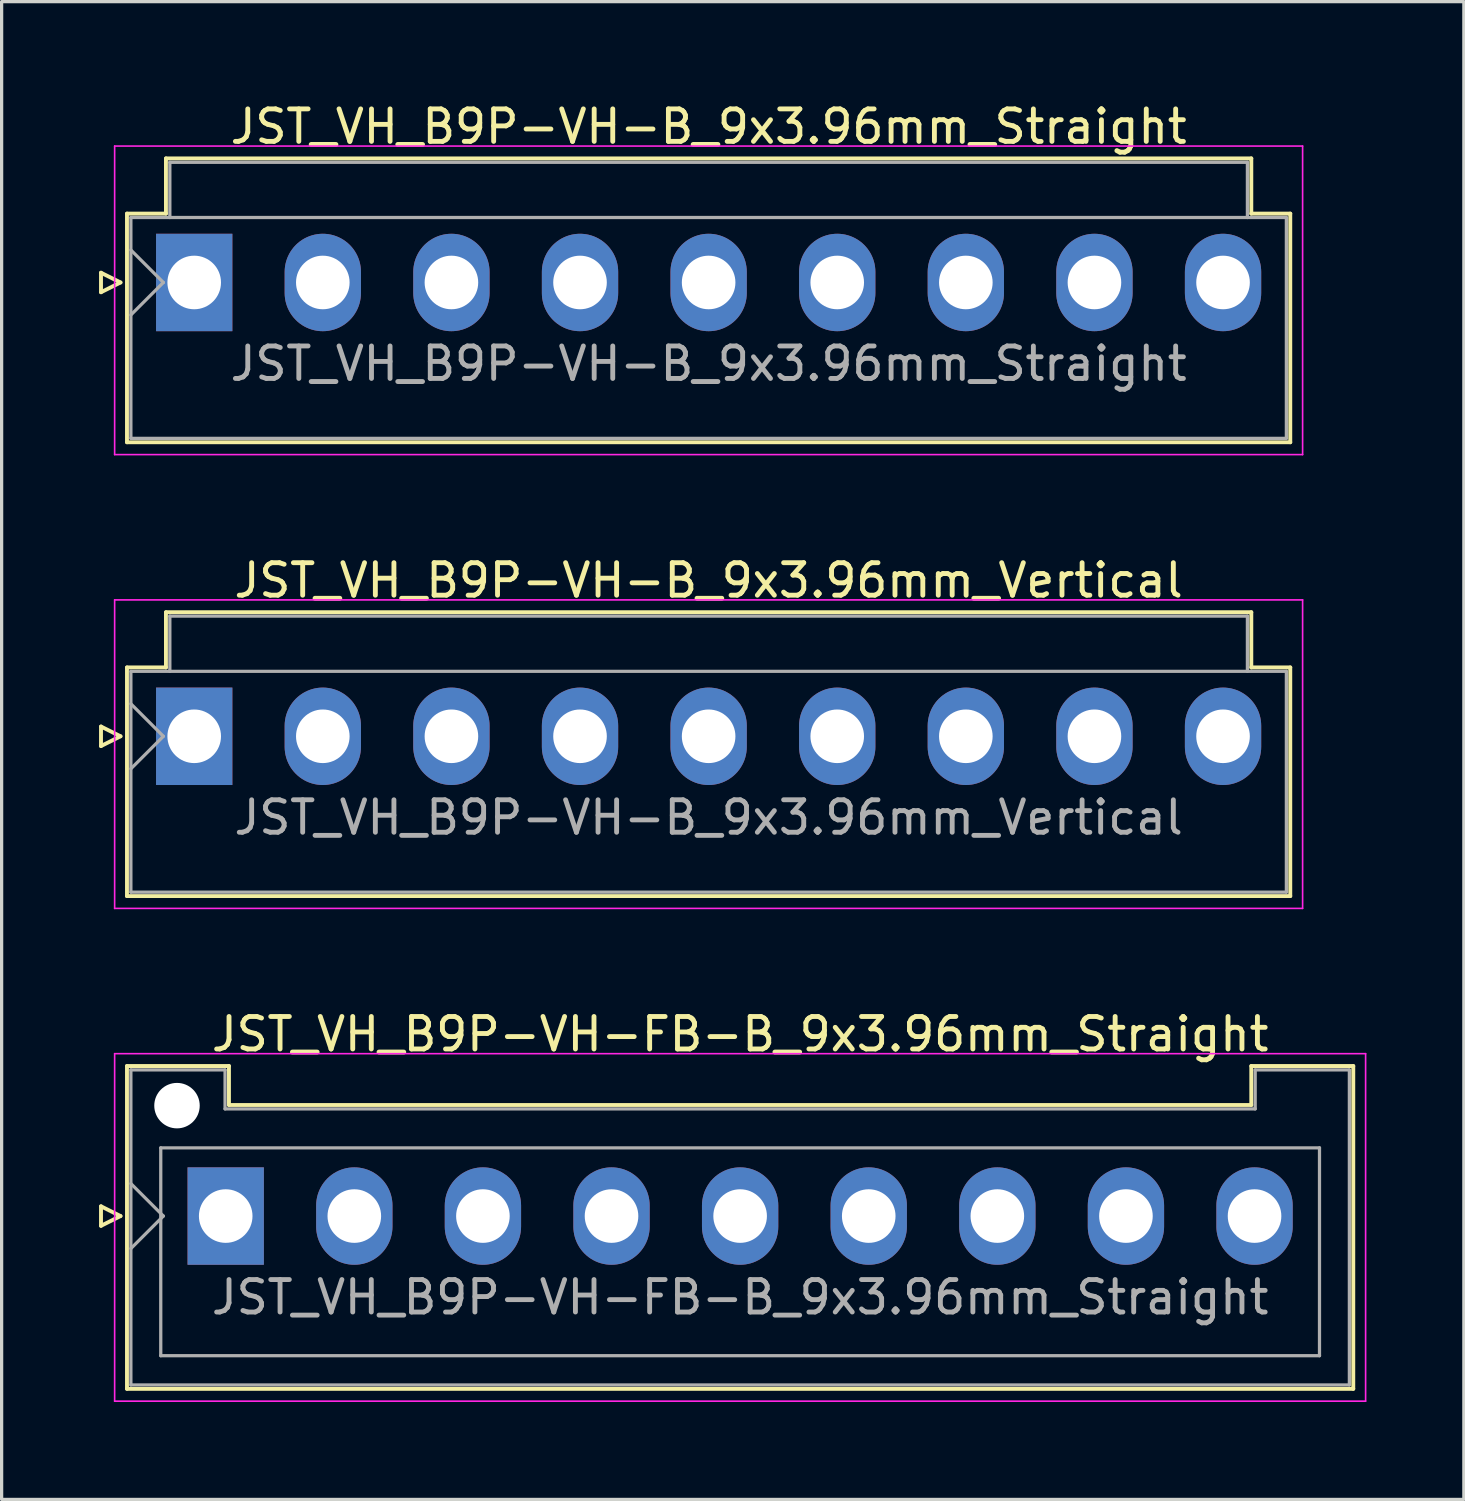
<source format=kicad_pcb>
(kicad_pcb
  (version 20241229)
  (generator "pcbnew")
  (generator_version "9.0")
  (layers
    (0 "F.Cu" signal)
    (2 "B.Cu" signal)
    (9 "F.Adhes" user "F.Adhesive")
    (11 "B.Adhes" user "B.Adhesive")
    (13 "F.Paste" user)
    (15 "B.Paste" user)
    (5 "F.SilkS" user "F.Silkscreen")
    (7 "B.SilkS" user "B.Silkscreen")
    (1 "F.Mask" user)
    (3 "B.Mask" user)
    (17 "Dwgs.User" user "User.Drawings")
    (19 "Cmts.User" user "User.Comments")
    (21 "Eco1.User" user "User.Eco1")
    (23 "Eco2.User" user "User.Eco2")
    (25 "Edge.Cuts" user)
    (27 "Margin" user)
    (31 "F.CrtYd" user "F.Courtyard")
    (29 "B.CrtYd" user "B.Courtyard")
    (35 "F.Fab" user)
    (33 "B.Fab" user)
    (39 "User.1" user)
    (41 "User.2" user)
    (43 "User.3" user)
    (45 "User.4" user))
  (footprint "JST_VH_B9P-VH-B_9x3.96mm_Vertical"
    (layer "F.Cu")
    (at 2.93 19.622)
    (property "Reference" "JST_VH_B9P-VH-B_9x3.96mm_Vertical" (at 15.84 -4.8 0) (layer "F.SilkS") (effects (font (size 1 1) (thickness 0.15))))
    (attr through_hole)
    (fp_line (start -2.87 -0.3) (end -2.27 0) (stroke (width 0.12) (type solid)) (layer "F.SilkS"))
    (fp_line (start -2.87 0.3) (end -2.87 -0.3) (stroke (width 0.12) (type solid)) (layer "F.SilkS"))
    (fp_line (start -2.27 0) (end -2.87 0.3) (stroke (width 0.12) (type solid)) (layer "F.SilkS"))
    (fp_line (start -2.07 -2.12) (end -0.87 -2.12) (stroke (width 0.12) (type solid)) (layer "F.SilkS"))
    (fp_line (start -2.07 4.92) (end -2.07 -2.12) (stroke (width 0.12) (type solid)) (layer "F.SilkS"))
    (fp_line (start -0.87 -3.82) (end 32.55 -3.82) (stroke (width 0.12) (type solid)) (layer "F.SilkS"))
    (fp_line (start -0.87 -2.12) (end -0.87 -3.82) (stroke (width 0.12) (type solid)) (layer "F.SilkS"))
    (fp_line (start 32.55 -3.82) (end 32.55 -2.12) (stroke (width 0.12) (type solid)) (layer "F.SilkS"))
    (fp_line (start 32.55 -2.12) (end 33.75 -2.12) (stroke (width 0.12) (type solid)) (layer "F.SilkS"))
    (fp_line (start 33.75 -2.12) (end 33.75 4.92) (stroke (width 0.12) (type solid)) (layer "F.SilkS"))
    (fp_line (start 33.75 4.92) (end -2.07 4.92) (stroke (width 0.12) (type solid)) (layer "F.SilkS"))
    (fp_line (start -2.45 -4.2) (end -2.45 5.3) (stroke (width 0.05) (type solid)) (layer "F.CrtYd"))
    (fp_line (start -2.45 5.3) (end 34.13 5.3) (stroke (width 0.05) (type solid)) (layer "F.CrtYd"))
    (fp_line (start 34.13 -4.2) (end -2.45 -4.2) (stroke (width 0.05) (type solid)) (layer "F.CrtYd"))
    (fp_line (start 34.13 5.3) (end 34.13 -4.2) (stroke (width 0.05) (type solid)) (layer "F.CrtYd"))
    (fp_line (start -1.95 -2) (end -1.95 4.8) (stroke (width 0.1) (type solid)) (layer "F.Fab"))
    (fp_line (start -1.95 -1) (end -0.95 0) (stroke (width 0.1) (type solid)) (layer "F.Fab"))
    (fp_line (start -1.95 1) (end -0.95 0) (stroke (width 0.1) (type solid)) (layer "F.Fab"))
    (fp_line (start -1.95 4.8) (end 33.63 4.8) (stroke (width 0.1) (type solid)) (layer "F.Fab"))
    (fp_line (start -0.75 -3.7) (end 32.43 -3.7) (stroke (width 0.1) (type solid)) (layer "F.Fab"))
    (fp_line (start -0.75 -2) (end -0.75 -3.7) (stroke (width 0.1) (type solid)) (layer "F.Fab"))
    (fp_line (start 32.43 -3.7) (end 32.43 -2) (stroke (width 0.1) (type solid)) (layer "F.Fab"))
    (fp_line (start 33.63 -2) (end -1.95 -2) (stroke (width 0.1) (type solid)) (layer "F.Fab"))
    (fp_line (start 33.63 4.8) (end 33.63 -2) (stroke (width 0.1) (type solid)) (layer "F.Fab"))
    (fp_text user "${REFERENCE}" (at 15.84 2.5 0) (layer "F.Fab") (effects (font (size 1 1) (thickness 0.15))))
    (pad "1" thru_hole rect (at 0 0) (size 2.35 3) (drill 1.65) (layers "*.Cu" "*.Mask"))
    (pad "2" thru_hole oval (at 3.96 0) (size 2.35 3) (drill 1.65) (layers "*.Cu" "*.Mask"))
    (pad "3" thru_hole oval (at 7.92 0) (size 2.35 3) (drill 1.65) (layers "*.Cu" "*.Mask"))
    (pad "4" thru_hole oval (at 11.88 0) (size 2.35 3) (drill 1.65) (layers "*.Cu" "*.Mask"))
    (pad "5" thru_hole oval (at 15.84 0) (size 2.35 3) (drill 1.65) (layers "*.Cu" "*.Mask"))
    (pad "6" thru_hole oval (at 19.8 0) (size 2.35 3) (drill 1.65) (layers "*.Cu" "*.Mask"))
    (pad "7" thru_hole oval (at 23.76 0) (size 2.35 3) (drill 1.65) (layers "*.Cu" "*.Mask"))
    (pad "8" thru_hole oval (at 27.72 0) (size 2.35 3) (drill 1.65) (layers "*.Cu" "*.Mask"))
    (pad "9" thru_hole oval (at 31.68 0) (size 2.35 3) (drill 1.65) (layers "*.Cu" "*.Mask")))
  (footprint "JST_VH_B9P-VH-FB-B_9x3.96mm_Straight"
    (layer "F.Cu")
    (at 3.9 34.395)
    (property "Reference" "JST_VH_B9P-VH-FB-B_9x3.96mm_Straight" (at 15.84 -5.6 0) (layer "F.SilkS") (effects (font (size 1 1) (thickness 0.15))))
    (attr through_hole)
    (fp_line (start -3.84 -0.3) (end -3.24 0) (stroke (width 0.12) (type solid)) (layer "F.SilkS"))
    (fp_line (start -3.84 0.3) (end -3.84 -0.3) (stroke (width 0.12) (type solid)) (layer "F.SilkS"))
    (fp_line (start -3.24 0) (end -3.84 0.3) (stroke (width 0.12) (type solid)) (layer "F.SilkS"))
    (fp_line (start -3.04 -4.62) (end 0.1 -4.62) (stroke (width 0.12) (type solid)) (layer "F.SilkS"))
    (fp_line (start -3.04 5.32) (end -3.04 -4.62) (stroke (width 0.12) (type solid)) (layer "F.SilkS"))
    (fp_line (start 0.1 -4.62) (end 0.1 -3.42) (stroke (width 0.12) (type solid)) (layer "F.SilkS"))
    (fp_line (start 0.1 -3.42) (end 31.58 -3.42) (stroke (width 0.12) (type solid)) (layer "F.SilkS"))
    (fp_line (start 31.58 -4.62) (end 34.72 -4.62) (stroke (width 0.12) (type solid)) (layer "F.SilkS"))
    (fp_line (start 31.58 -3.42) (end 31.58 -4.62) (stroke (width 0.12) (type solid)) (layer "F.SilkS"))
    (fp_line (start 34.72 -4.62) (end 34.72 5.32) (stroke (width 0.12) (type solid)) (layer "F.SilkS"))
    (fp_line (start 34.72 5.32) (end -3.04 5.32) (stroke (width 0.12) (type solid)) (layer "F.SilkS"))
    (fp_line (start -3.42 -5) (end -3.42 5.7) (stroke (width 0.05) (type solid)) (layer "F.CrtYd"))
    (fp_line (start -3.42 5.7) (end 35.1 5.7) (stroke (width 0.05) (type solid)) (layer "F.CrtYd"))
    (fp_line (start 35.1 -5) (end -3.42 -5) (stroke (width 0.05) (type solid)) (layer "F.CrtYd"))
    (fp_line (start 35.1 5.7) (end 35.1 -5) (stroke (width 0.05) (type solid)) (layer "F.CrtYd"))
    (fp_line (start -2.92 -4.5) (end -0.02 -4.5) (stroke (width 0.1) (type solid)) (layer "F.Fab"))
    (fp_line (start -2.92 -1) (end -1.92 0) (stroke (width 0.1) (type solid)) (layer "F.Fab"))
    (fp_line (start -2.92 1) (end -1.92 0) (stroke (width 0.1) (type solid)) (layer "F.Fab"))
    (fp_line (start -2.92 5.2) (end -2.92 -4.5) (stroke (width 0.1) (type solid)) (layer "F.Fab"))
    (fp_line (start -2 -2.1) (end 33.68 -2.1) (stroke (width 0.1) (type solid)) (layer "F.Fab"))
    (fp_line (start -2 4.3) (end -2 -2.1) (stroke (width 0.1) (type solid)) (layer "F.Fab"))
    (fp_line (start -0.02 -4.5) (end -0.02 -3.3) (stroke (width 0.1) (type solid)) (layer "F.Fab"))
    (fp_line (start -0.02 -3.3) (end 31.7 -3.3) (stroke (width 0.1) (type solid)) (layer "F.Fab"))
    (fp_line (start 31.7 -4.5) (end 34.6 -4.5) (stroke (width 0.1) (type solid)) (layer "F.Fab"))
    (fp_line (start 31.7 -3.3) (end 31.7 -4.5) (stroke (width 0.1) (type solid)) (layer "F.Fab"))
    (fp_line (start 33.68 -2.1) (end 33.68 4.3) (stroke (width 0.1) (type solid)) (layer "F.Fab"))
    (fp_line (start 33.68 4.3) (end -2 4.3) (stroke (width 0.1) (type solid)) (layer "F.Fab"))
    (fp_line (start 34.6 -4.5) (end 34.6 5.2) (stroke (width 0.1) (type solid)) (layer "F.Fab"))
    (fp_line (start 34.6 5.2) (end -2.92 5.2) (stroke (width 0.1) (type solid)) (layer "F.Fab"))
    (fp_text user "${REFERENCE}" (at 15.84 2.5 0) (layer "F.Fab") (effects (font (size 1 1) (thickness 0.15))))
    (pad "" np_thru_hole circle (at -1.5 -3.4) (size 1.4 1.4) (drill 1.4) (layers "*.Cu" "*.Mask"))
    (pad "1" thru_hole rect (at 0 0) (size 2.35 3) (drill 1.65) (layers "*.Cu" "*.Mask"))
    (pad "2" thru_hole oval (at 3.96 0) (size 2.35 3) (drill 1.65) (layers "*.Cu" "*.Mask"))
    (pad "3" thru_hole oval (at 7.92 0) (size 2.35 3) (drill 1.65) (layers "*.Cu" "*.Mask"))
    (pad "4" thru_hole oval (at 11.88 0) (size 2.35 3) (drill 1.65) (layers "*.Cu" "*.Mask"))
    (pad "5" thru_hole oval (at 15.84 0) (size 2.35 3) (drill 1.65) (layers "*.Cu" "*.Mask"))
    (pad "6" thru_hole oval (at 19.8 0) (size 2.35 3) (drill 1.65) (layers "*.Cu" "*.Mask"))
    (pad "7" thru_hole oval (at 23.76 0) (size 2.35 3) (drill 1.65) (layers "*.Cu" "*.Mask"))
    (pad "8" thru_hole oval (at 27.72 0) (size 2.35 3) (drill 1.65) (layers "*.Cu" "*.Mask"))
    (pad "9" thru_hole oval (at 31.68 0) (size 2.35 3) (drill 1.65) (layers "*.Cu" "*.Mask")))
  (footprint "JST_VH_B9P-VH-B_9x3.96mm_Straight"
    (layer "F.Cu")
    (at 2.93 5.648)
    (property "Reference" "JST_VH_B9P-VH-B_9x3.96mm_Straight" (at 15.84 -4.8 0) (layer "F.SilkS") (effects (font (size 1 1) (thickness 0.15))))
    (attr through_hole)
    (fp_line (start -2.87 -0.3) (end -2.27 0) (stroke (width 0.12) (type solid)) (layer "F.SilkS"))
    (fp_line (start -2.87 0.3) (end -2.87 -0.3) (stroke (width 0.12) (type solid)) (layer "F.SilkS"))
    (fp_line (start -2.27 0) (end -2.87 0.3) (stroke (width 0.12) (type solid)) (layer "F.SilkS"))
    (fp_line (start -2.07 -2.12) (end -0.87 -2.12) (stroke (width 0.12) (type solid)) (layer "F.SilkS"))
    (fp_line (start -2.07 4.92) (end -2.07 -2.12) (stroke (width 0.12) (type solid)) (layer "F.SilkS"))
    (fp_line (start -0.87 -3.82) (end 32.55 -3.82) (stroke (width 0.12) (type solid)) (layer "F.SilkS"))
    (fp_line (start -0.87 -2.12) (end -0.87 -3.82) (stroke (width 0.12) (type solid)) (layer "F.SilkS"))
    (fp_line (start 32.55 -3.82) (end 32.55 -2.12) (stroke (width 0.12) (type solid)) (layer "F.SilkS"))
    (fp_line (start 32.55 -2.12) (end 33.75 -2.12) (stroke (width 0.12) (type solid)) (layer "F.SilkS"))
    (fp_line (start 33.75 -2.12) (end 33.75 4.92) (stroke (width 0.12) (type solid)) (layer "F.SilkS"))
    (fp_line (start 33.75 4.92) (end -2.07 4.92) (stroke (width 0.12) (type solid)) (layer "F.SilkS"))
    (fp_line (start -2.45 -4.2) (end -2.45 5.3) (stroke (width 0.05) (type solid)) (layer "F.CrtYd"))
    (fp_line (start -2.45 5.3) (end 34.13 5.3) (stroke (width 0.05) (type solid)) (layer "F.CrtYd"))
    (fp_line (start 34.13 -4.2) (end -2.45 -4.2) (stroke (width 0.05) (type solid)) (layer "F.CrtYd"))
    (fp_line (start 34.13 5.3) (end 34.13 -4.2) (stroke (width 0.05) (type solid)) (layer "F.CrtYd"))
    (fp_line (start -1.95 -2) (end -1.95 4.8) (stroke (width 0.1) (type solid)) (layer "F.Fab"))
    (fp_line (start -1.95 -1) (end -0.95 0) (stroke (width 0.1) (type solid)) (layer "F.Fab"))
    (fp_line (start -1.95 1) (end -0.95 0) (stroke (width 0.1) (type solid)) (layer "F.Fab"))
    (fp_line (start -1.95 4.8) (end 33.63 4.8) (stroke (width 0.1) (type solid)) (layer "F.Fab"))
    (fp_line (start -0.75 -3.7) (end 32.43 -3.7) (stroke (width 0.1) (type solid)) (layer "F.Fab"))
    (fp_line (start -0.75 -2) (end -0.75 -3.7) (stroke (width 0.1) (type solid)) (layer "F.Fab"))
    (fp_line (start 32.43 -3.7) (end 32.43 -2) (stroke (width 0.1) (type solid)) (layer "F.Fab"))
    (fp_line (start 33.63 -2) (end -1.95 -2) (stroke (width 0.1) (type solid)) (layer "F.Fab"))
    (fp_line (start 33.63 4.8) (end 33.63 -2) (stroke (width 0.1) (type solid)) (layer "F.Fab"))
    (fp_text user "${REFERENCE}" (at 15.84 2.5 0) (layer "F.Fab") (effects (font (size 1 1) (thickness 0.15))))
    (pad "1" thru_hole rect (at 0 0) (size 2.35 3) (drill 1.65) (layers "*.Cu" "*.Mask"))
    (pad "2" thru_hole oval (at 3.96 0) (size 2.35 3) (drill 1.65) (layers "*.Cu" "*.Mask"))
    (pad "3" thru_hole oval (at 7.92 0) (size 2.35 3) (drill 1.65) (layers "*.Cu" "*.Mask"))
    (pad "4" thru_hole oval (at 11.88 0) (size 2.35 3) (drill 1.65) (layers "*.Cu" "*.Mask"))
    (pad "5" thru_hole oval (at 15.84 0) (size 2.35 3) (drill 1.65) (layers "*.Cu" "*.Mask"))
    (pad "6" thru_hole oval (at 19.8 0) (size 2.35 3) (drill 1.65) (layers "*.Cu" "*.Mask"))
    (pad "7" thru_hole oval (at 23.76 0) (size 2.35 3) (drill 1.65) (layers "*.Cu" "*.Mask"))
    (pad "8" thru_hole oval (at 27.72 0) (size 2.35 3) (drill 1.65) (layers "*.Cu" "*.Mask"))
    (pad "9" thru_hole oval (at 31.68 0) (size 2.35 3) (drill 1.65) (layers "*.Cu" "*.Mask")))
  (gr_rect
    (start -3 -3)
    (end 42.025 43.12)
    (stroke (width 0.1) (type default))
    (fill no)
    (layer "Edge.Cuts")))
</source>
